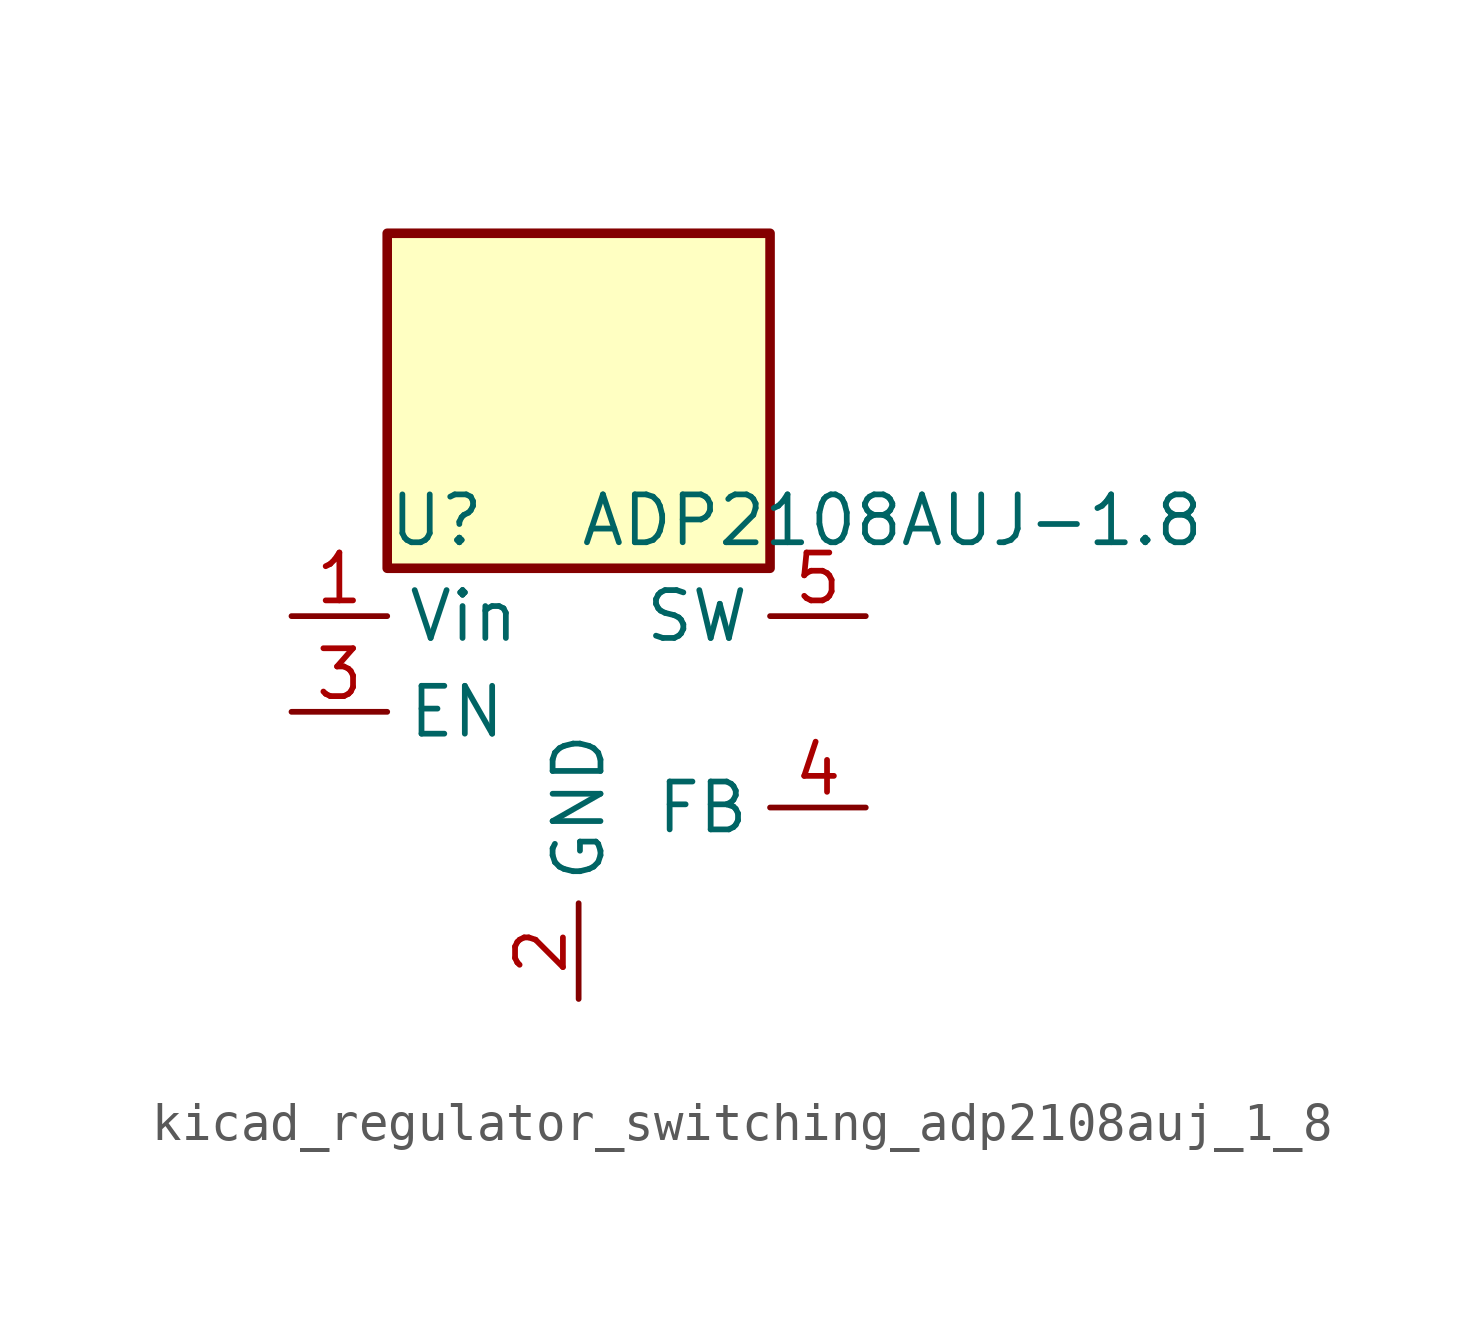
<source format=kicad_sym>
(kicad_symbol_lib
  (version 20220914)
  (generator kicad_symbol_editor)
  (symbol "kicad_regulator_switching_adp2108auj_1_8"
    (property "Reference" "U"
      (at -5.08 5.08 0)
      (effects (font (size 1.27 1.27)) (justify left)))
    (property "Value" "ADP2108AUJ-1.8"
      (at 0 5.08 0)
      (effects (font (size 1.27 1.27)) (justify left)))
    (symbol "kicad_regulator_switching_adp2108auj_1_8_0_1"
      (rectangle (start 5.08 12.7) (end -5.08 3.81) (stroke (width 0.254) (type default)) (fill (type background))))
    (symbol "kicad_regulator_switching_adp2108auj_1_8_1_1"
      (pin power_in line (at -7.62 2.54 0) (length 2.54) (name "Vin" (effects (font (size 1.27 1.27)))) (number "1" (effects (font (size 1.27 1.27)))))
      (pin power_in line (at 0 -7.62 90) (length 2.54) (name "GND" (effects (font (size 1.27 1.27)))) (number "2" (effects (font (size 1.27 1.27)))))
      (pin input line (at -7.62 0 0) (length 2.54) (name "EN" (effects (font (size 1.27 1.27)))) (number "3" (effects (font (size 1.27 1.27)))))
      (pin input line (at 7.62 -2.54 180) (length 2.54) (name "FB" (effects (font (size 1.27 1.27)))) (number "4" (effects (font (size 1.27 1.27)))))
      (pin input line (at 7.62 2.54 180) (length 2.54) (name "SW" (effects (font (size 1.27 1.27)))) (number "5" (effects (font (size 1.27 1.27))))))))
</source>
